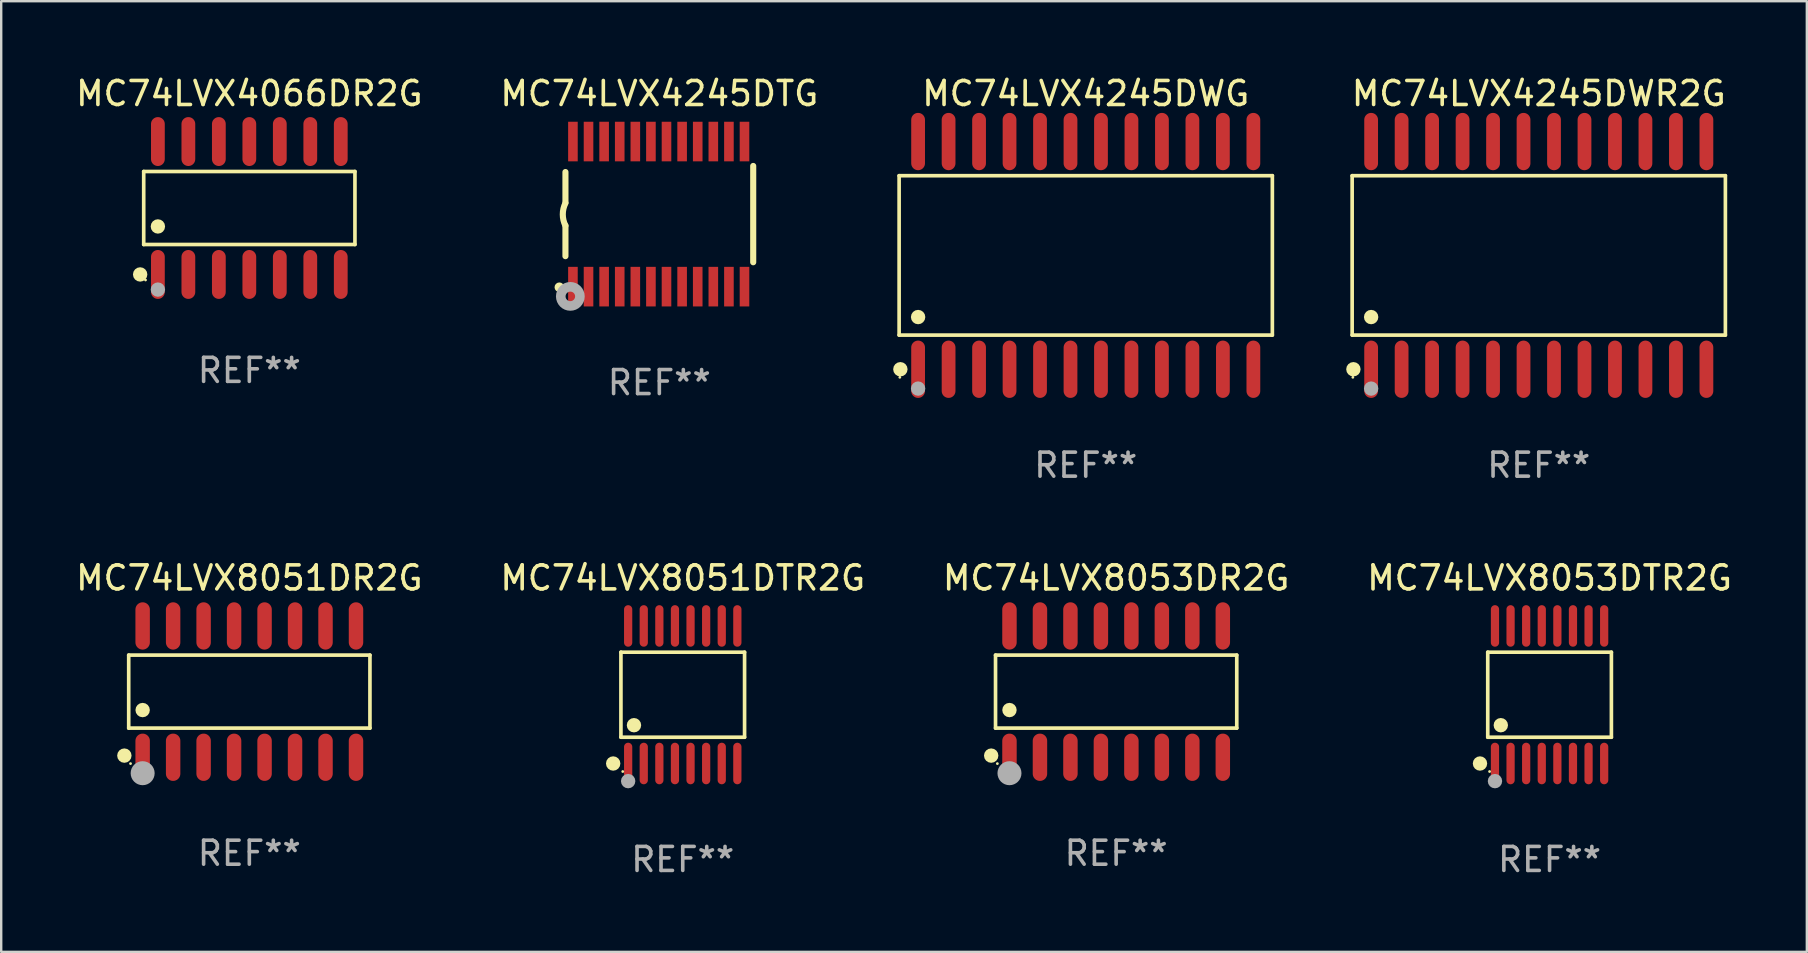
<source format=kicad_pcb>
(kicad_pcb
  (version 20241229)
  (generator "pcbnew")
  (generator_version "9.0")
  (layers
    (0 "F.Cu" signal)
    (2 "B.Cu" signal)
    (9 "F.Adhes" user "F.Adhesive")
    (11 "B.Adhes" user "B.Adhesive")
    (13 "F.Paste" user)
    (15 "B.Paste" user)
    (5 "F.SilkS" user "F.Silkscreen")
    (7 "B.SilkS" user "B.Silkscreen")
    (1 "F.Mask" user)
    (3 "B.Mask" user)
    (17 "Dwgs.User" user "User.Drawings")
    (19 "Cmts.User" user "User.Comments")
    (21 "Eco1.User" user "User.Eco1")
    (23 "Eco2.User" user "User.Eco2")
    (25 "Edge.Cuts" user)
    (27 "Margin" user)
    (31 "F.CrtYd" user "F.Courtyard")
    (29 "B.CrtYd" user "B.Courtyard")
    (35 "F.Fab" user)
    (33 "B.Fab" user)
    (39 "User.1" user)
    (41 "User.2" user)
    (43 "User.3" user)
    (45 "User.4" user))
  (footprint "MC74LVX4066DR2G"
    (layer "F.Cu")
    (at 7.339 5.617)
    (property "Reference" "MC74LVX4066DR2G" (at 0 -4.769 0) (layer "F.SilkS") (effects (font (size 1 1) (thickness 0.15))))
    (attr through_hole)
    (fp_line (start -4.401 -1.521) (end 4.401 -1.521) (stroke (width 0.152) (type solid)) (layer "F.SilkS"))
    (fp_line (start -4.401 1.521) (end -4.401 -1.521) (stroke (width 0.152) (type solid)) (layer "F.SilkS"))
    (fp_line (start 4.401 -1.521) (end 4.401 1.521) (stroke (width 0.152) (type solid)) (layer "F.SilkS"))
    (fp_line (start 4.401 1.521) (end -4.401 1.521) (stroke (width 0.152) (type solid)) (layer "F.SilkS"))
    (fp_circle (center -4.549 2.769) (end -4.399 2.769) (stroke (width 0.3) (type solid)) (fill no) (layer "F.SilkS"))
    (fp_circle (center -4.325 3) (end -4.295 3) (stroke (width 0.06) (type solid)) (fill no) (layer "F.SilkS"))
    (fp_circle (center -3.81 0.769) (end -3.66 0.769) (stroke (width 0.3) (type solid)) (fill no) (layer "F.SilkS"))
    (fp_circle (center -3.81 3.4) (end -3.66 3.4) (stroke (width 0.3) (type solid)) (fill no) (layer "F.Fab"))
    (fp_text user "REF**" (at 0 6.769 0) (layer "F.Fab") (effects (font (size 1 1) (thickness 0.15))))
    (pad "1" smd oval (at -3.81 2.769) (size 0.574 2.038) (layers "F.Cu" "F.Mask" "F.Paste"))
    (pad "2" smd oval (at -2.54 2.769) (size 0.574 2.038) (layers "F.Cu" "F.Mask" "F.Paste"))
    (pad "3" smd oval (at -1.27 2.769) (size 0.574 2.038) (layers "F.Cu" "F.Mask" "F.Paste"))
    (pad "4" smd oval (at 0 2.769) (size 0.574 2.038) (layers "F.Cu" "F.Mask" "F.Paste"))
    (pad "5" smd oval (at 1.27 2.769) (size 0.574 2.038) (layers "F.Cu" "F.Mask" "F.Paste"))
    (pad "6" smd oval (at 2.54 2.769) (size 0.574 2.038) (layers "F.Cu" "F.Mask" "F.Paste"))
    (pad "7" smd oval (at 3.81 2.769) (size 0.574 2.038) (layers "F.Cu" "F.Mask" "F.Paste"))
    (pad "8" smd oval (at 3.81 -2.769) (size 0.574 2.038) (layers "F.Cu" "F.Mask" "F.Paste"))
    (pad "9" smd oval (at 2.54 -2.769) (size 0.574 2.038) (layers "F.Cu" "F.Mask" "F.Paste"))
    (pad "10" smd oval (at 1.27 -2.769) (size 0.574 2.038) (layers "F.Cu" "F.Mask" "F.Paste"))
    (pad "11" smd oval (at 0 -2.769) (size 0.574 2.038) (layers "F.Cu" "F.Mask" "F.Paste"))
    (pad "12" smd oval (at -1.27 -2.769) (size 0.574 2.038) (layers "F.Cu" "F.Mask" "F.Paste"))
    (pad "13" smd oval (at -2.54 -2.769) (size 0.574 2.038) (layers "F.Cu" "F.Mask" "F.Paste"))
    (pad "14" smd oval (at -3.81 -2.769) (size 0.574 2.038) (layers "F.Cu" "F.Mask" "F.Paste")))
  (footprint "MC74LVX8051DTR2G"
    (layer "F.Cu")
    (at 25.399 25.898)
    (property "Reference" "MC74LVX8051DTR2G" (at 0 -4.866 0) (layer "F.SilkS") (effects (font (size 1 1) (thickness 0.15))))
    (attr through_hole)
    (fp_line (start -2.576 -1.772) (end 2.576 -1.772) (stroke (width 0.152) (type solid)) (layer "F.SilkS"))
    (fp_line (start -2.576 1.771) (end -2.576 -1.772) (stroke (width 0.152) (type solid)) (layer "F.SilkS"))
    (fp_line (start 2.576 -1.772) (end 2.576 1.771) (stroke (width 0.152) (type solid)) (layer "F.SilkS"))
    (fp_line (start 2.576 1.771) (end -2.576 1.771) (stroke (width 0.152) (type solid)) (layer "F.SilkS"))
    (fp_circle (center -2.899 2.866) (end -2.749 2.866) (stroke (width 0.3) (type solid)) (fill no) (layer "F.SilkS"))
    (fp_circle (center -2.5 3.2) (end -2.47 3.2) (stroke (width 0.06) (type solid)) (fill no) (layer "F.SilkS"))
    (fp_circle (center -2.032 1.27) (end -1.882 1.27) (stroke (width 0.3) (type solid)) (fill no) (layer "F.SilkS"))
    (fp_circle (center -2.275 3.6) (end -2.125 3.6) (stroke (width 0.3) (type solid)) (fill no) (layer "F.Fab"))
    (fp_text user "REF**" (at 0 6.866 0) (layer "F.Fab") (effects (font (size 1 1) (thickness 0.15))))
    (pad "1" smd oval (at -2.275 2.866) (size 0.343 1.731) (layers "F.Cu" "F.Mask" "F.Paste"))
    (pad "2" smd oval (at -1.625 2.866) (size 0.343 1.731) (layers "F.Cu" "F.Mask" "F.Paste"))
    (pad "3" smd oval (at -0.975 2.866) (size 0.343 1.731) (layers "F.Cu" "F.Mask" "F.Paste"))
    (pad "4" smd oval (at -0.325 2.866) (size 0.343 1.731) (layers "F.Cu" "F.Mask" "F.Paste"))
    (pad "5" smd oval (at 0.325 2.866) (size 0.343 1.731) (layers "F.Cu" "F.Mask" "F.Paste"))
    (pad "6" smd oval (at 0.975 2.866) (size 0.343 1.731) (layers "F.Cu" "F.Mask" "F.Paste"))
    (pad "7" smd oval (at 1.625 2.866) (size 0.343 1.731) (layers "F.Cu" "F.Mask" "F.Paste"))
    (pad "8" smd oval (at 2.275 2.866) (size 0.343 1.731) (layers "F.Cu" "F.Mask" "F.Paste"))
    (pad "9" smd oval (at 2.275 -2.866) (size 0.343 1.731) (layers "F.Cu" "F.Mask" "F.Paste"))
    (pad "10" smd oval (at 1.625 -2.866) (size 0.343 1.731) (layers "F.Cu" "F.Mask" "F.Paste"))
    (pad "11" smd oval (at 0.975 -2.866) (size 0.343 1.731) (layers "F.Cu" "F.Mask" "F.Paste"))
    (pad "12" smd oval (at 0.325 -2.866) (size 0.343 1.731) (layers "F.Cu" "F.Mask" "F.Paste"))
    (pad "13" smd oval (at -0.325 -2.866) (size 0.343 1.731) (layers "F.Cu" "F.Mask" "F.Paste"))
    (pad "14" smd oval (at -0.975 -2.866) (size 0.343 1.731) (layers "F.Cu" "F.Mask" "F.Paste"))
    (pad "15" smd oval (at -1.625 -2.866) (size 0.343 1.731) (layers "F.Cu" "F.Mask" "F.Paste"))
    (pad "16" smd oval (at -2.275 -2.866) (size 0.343 1.731) (layers "F.Cu" "F.Mask" "F.Paste")))
  (footprint "MC74LVX4245DTG"
    (layer "F.Cu")
    (at 24.423 5.871)
    (property "Reference" "MC74LVX4245DTG" (at 0 -5.023 0) (layer "F.SilkS") (effects (font (size 1 1) (thickness 0.15))))
    (attr through_hole)
    (fp_line (start -3.912 -0.483) (end -3.912 -1.753) (stroke (width 0.254) (type solid)) (layer "F.SilkS"))
    (fp_line (start -3.912 1.753) (end -3.912 0.483) (stroke (width 0.254) (type solid)) (layer "F.SilkS"))
    (fp_line (start 3.912 -2.007) (end 3.912 2.007) (stroke (width 0.254) (type solid)) (layer "F.SilkS"))
    (fp_arc (start -3.911608 0.482601) (mid -4.022537 0.0127) (end -3.911608 -0.457201) (stroke (width 0.254001) (type solid)) (layer "F.SilkS"))
    (fp_circle (center -4.166 3.048) (end -4.066 3.048) (stroke (width 0.2) (type solid)) (fill no) (layer "F.SilkS"))
    (fp_circle (center -3.925 3.186) (end -3.895 3.186) (stroke (width 0.06) (type solid)) (fill no) (layer "F.SilkS"))
    (fp_circle (center -3.708 3.429) (end -3.509 3.429) (stroke (width 0.4) (type solid)) (fill no) (layer "F.Fab"))
    (fp_text user "REF**" (at 0 7.023 0) (layer "F.Fab") (effects (font (size 1 1) (thickness 0.15))))
    (pad "1" smd rect (at -3.6 3.023) (size 0.4 1.65) (layers "F.Cu" "F.Mask" "F.Paste"))
    (pad "2" smd rect (at -2.95 3.023) (size 0.4 1.65) (layers "F.Cu" "F.Mask" "F.Paste"))
    (pad "3" smd rect (at -2.3 3.023) (size 0.4 1.65) (layers "F.Cu" "F.Mask" "F.Paste"))
    (pad "4" smd rect (at -1.65 3.023) (size 0.4 1.65) (layers "F.Cu" "F.Mask" "F.Paste"))
    (pad "5" smd rect (at -1 3.023) (size 0.4 1.65) (layers "F.Cu" "F.Mask" "F.Paste"))
    (pad "6" smd rect (at -0.35 3.023) (size 0.4 1.65) (layers "F.Cu" "F.Mask" "F.Paste"))
    (pad "7" smd rect (at 0.299 3.023) (size 0.4 1.65) (layers "F.Cu" "F.Mask" "F.Paste"))
    (pad "8" smd rect (at 0.95 3.023) (size 0.4 1.65) (layers "F.Cu" "F.Mask" "F.Paste"))
    (pad "9" smd rect (at 1.6 3.023) (size 0.4 1.65) (layers "F.Cu" "F.Mask" "F.Paste"))
    (pad "10" smd rect (at 2.25 3.023) (size 0.4 1.65) (layers "F.Cu" "F.Mask" "F.Paste"))
    (pad "11" smd rect (at 2.9 3.023) (size 0.4 1.65) (layers "F.Cu" "F.Mask" "F.Paste"))
    (pad "12" smd rect (at 3.549 3.023) (size 0.4 1.65) (layers "F.Cu" "F.Mask" "F.Paste"))
    (pad "13" smd rect (at 3.549 -3.023) (size 0.4 1.65) (layers "F.Cu" "F.Mask" "F.Paste"))
    (pad "14" smd rect (at 2.9 -3.023) (size 0.4 1.65) (layers "F.Cu" "F.Mask" "F.Paste"))
    (pad "15" smd rect (at 2.25 -3.023) (size 0.4 1.65) (layers "F.Cu" "F.Mask" "F.Paste"))
    (pad "16" smd rect (at 1.6 -3.023) (size 0.4 1.65) (layers "F.Cu" "F.Mask" "F.Paste"))
    (pad "17" smd rect (at 0.95 -3.023) (size 0.4 1.65) (layers "F.Cu" "F.Mask" "F.Paste"))
    (pad "18" smd rect (at 0.299 -3.023) (size 0.4 1.65) (layers "F.Cu" "F.Mask" "F.Paste"))
    (pad "19" smd rect (at -0.35 -3.023) (size 0.4 1.65) (layers "F.Cu" "F.Mask" "F.Paste"))
    (pad "20" smd rect (at -1 -3.023) (size 0.4 1.65) (layers "F.Cu" "F.Mask" "F.Paste"))
    (pad "21" smd rect (at -1.65 -3.023) (size 0.4 1.65) (layers "F.Cu" "F.Mask" "F.Paste"))
    (pad "22" smd rect (at -2.3 -3.023) (size 0.4 1.65) (layers "F.Cu" "F.Mask" "F.Paste"))
    (pad "23" smd rect (at -2.95 -3.023) (size 0.4 1.65) (layers "F.Cu" "F.Mask" "F.Paste"))
    (pad "24" smd rect (at -3.6 -3.023) (size 0.4 1.65) (layers "F.Cu" "F.Mask" "F.Paste")))
  (footprint "MC74LVX8051DR2G"
    (layer "F.Cu")
    (at 7.339 25.768)
    (property "Reference" "MC74LVX8051DR2G" (at 0 -4.736 0) (layer "F.SilkS") (effects (font (size 1 1) (thickness 0.15))))
    (attr through_hole)
    (fp_line (start -5.026 -1.521) (end 5.026 -1.521) (stroke (width 0.152) (type solid)) (layer "F.SilkS"))
    (fp_line (start -5.026 1.521) (end -5.026 -1.521) (stroke (width 0.152) (type solid)) (layer "F.SilkS"))
    (fp_line (start 5.026 -1.521) (end 5.026 1.521) (stroke (width 0.152) (type solid)) (layer "F.SilkS"))
    (fp_line (start 5.026 1.521) (end -5.026 1.521) (stroke (width 0.152) (type solid)) (layer "F.SilkS"))
    (fp_circle (center -5.207 2.667) (end -5.057 2.667) (stroke (width 0.3) (type solid)) (fill no) (layer "F.SilkS"))
    (fp_circle (center -4.95 3) (end -4.92 3) (stroke (width 0.06) (type solid)) (fill no) (layer "F.SilkS"))
    (fp_circle (center -4.445 0.769) (end -4.295 0.769) (stroke (width 0.3) (type solid)) (fill no) (layer "F.SilkS"))
    (fp_circle (center -4.445 3.4) (end -4.195 3.4) (stroke (width 0.5) (type solid)) (fill no) (layer "F.Fab"))
    (fp_text user "REF**" (at 0 6.736 0) (layer "F.Fab") (effects (font (size 1 1) (thickness 0.15))))
    (pad "1" smd oval (at -4.445 2.736) (size 0.602 1.971) (layers "F.Cu" "F.Mask" "F.Paste"))
    (pad "2" smd oval (at -3.175 2.736) (size 0.602 1.971) (layers "F.Cu" "F.Mask" "F.Paste"))
    (pad "3" smd oval (at -1.905 2.736) (size 0.602 1.971) (layers "F.Cu" "F.Mask" "F.Paste"))
    (pad "4" smd oval (at -0.635 2.736) (size 0.602 1.971) (layers "F.Cu" "F.Mask" "F.Paste"))
    (pad "5" smd oval (at 0.635 2.736) (size 0.602 1.971) (layers "F.Cu" "F.Mask" "F.Paste"))
    (pad "6" smd oval (at 1.905 2.736) (size 0.602 1.971) (layers "F.Cu" "F.Mask" "F.Paste"))
    (pad "7" smd oval (at 3.175 2.736) (size 0.602 1.971) (layers "F.Cu" "F.Mask" "F.Paste"))
    (pad "8" smd oval (at 4.445 2.736) (size 0.602 1.971) (layers "F.Cu" "F.Mask" "F.Paste"))
    (pad "9" smd oval (at 4.445 -2.736) (size 0.602 1.971) (layers "F.Cu" "F.Mask" "F.Paste"))
    (pad "10" smd oval (at 3.175 -2.736) (size 0.602 1.971) (layers "F.Cu" "F.Mask" "F.Paste"))
    (pad "11" smd oval (at 1.905 -2.736) (size 0.602 1.971) (layers "F.Cu" "F.Mask" "F.Paste"))
    (pad "12" smd oval (at 0.635 -2.736) (size 0.602 1.971) (layers "F.Cu" "F.Mask" "F.Paste"))
    (pad "13" smd oval (at -0.635 -2.736) (size 0.602 1.971) (layers "F.Cu" "F.Mask" "F.Paste"))
    (pad "14" smd oval (at -1.905 -2.736) (size 0.602 1.971) (layers "F.Cu" "F.Mask" "F.Paste"))
    (pad "15" smd oval (at -3.175 -2.736) (size 0.602 1.971) (layers "F.Cu" "F.Mask" "F.Paste"))
    (pad "16" smd oval (at -4.445 -2.736) (size 0.602 1.971) (layers "F.Cu" "F.Mask" "F.Paste")))
  (footprint "MC74LVX8053DR2G"
    (layer "F.Cu")
    (at 43.458 25.768)
    (property "Reference" "MC74LVX8053DR2G" (at 0 -4.736 0) (layer "F.SilkS") (effects (font (size 1 1) (thickness 0.15))))
    (attr through_hole)
    (fp_line (start -5.026 -1.521) (end 5.026 -1.521) (stroke (width 0.152) (type solid)) (layer "F.SilkS"))
    (fp_line (start -5.026 1.521) (end -5.026 -1.521) (stroke (width 0.152) (type solid)) (layer "F.SilkS"))
    (fp_line (start 5.026 -1.521) (end 5.026 1.521) (stroke (width 0.152) (type solid)) (layer "F.SilkS"))
    (fp_line (start 5.026 1.521) (end -5.026 1.521) (stroke (width 0.152) (type solid)) (layer "F.SilkS"))
    (fp_circle (center -5.207 2.667) (end -5.057 2.667) (stroke (width 0.3) (type solid)) (fill no) (layer "F.SilkS"))
    (fp_circle (center -4.95 3) (end -4.92 3) (stroke (width 0.06) (type solid)) (fill no) (layer "F.SilkS"))
    (fp_circle (center -4.445 0.769) (end -4.295 0.769) (stroke (width 0.3) (type solid)) (fill no) (layer "F.SilkS"))
    (fp_circle (center -4.445 3.4) (end -4.195 3.4) (stroke (width 0.5) (type solid)) (fill no) (layer "F.Fab"))
    (fp_text user "REF**" (at 0 6.736 0) (layer "F.Fab") (effects (font (size 1 1) (thickness 0.15))))
    (pad "1" smd oval (at -4.445 2.736) (size 0.602 1.971) (layers "F.Cu" "F.Mask" "F.Paste"))
    (pad "2" smd oval (at -3.175 2.736) (size 0.602 1.971) (layers "F.Cu" "F.Mask" "F.Paste"))
    (pad "3" smd oval (at -1.905 2.736) (size 0.602 1.971) (layers "F.Cu" "F.Mask" "F.Paste"))
    (pad "4" smd oval (at -0.635 2.736) (size 0.602 1.971) (layers "F.Cu" "F.Mask" "F.Paste"))
    (pad "5" smd oval (at 0.635 2.736) (size 0.602 1.971) (layers "F.Cu" "F.Mask" "F.Paste"))
    (pad "6" smd oval (at 1.905 2.736) (size 0.602 1.971) (layers "F.Cu" "F.Mask" "F.Paste"))
    (pad "7" smd oval (at 3.175 2.736) (size 0.602 1.971) (layers "F.Cu" "F.Mask" "F.Paste"))
    (pad "8" smd oval (at 4.445 2.736) (size 0.602 1.971) (layers "F.Cu" "F.Mask" "F.Paste"))
    (pad "9" smd oval (at 4.445 -2.736) (size 0.602 1.971) (layers "F.Cu" "F.Mask" "F.Paste"))
    (pad "10" smd oval (at 3.175 -2.736) (size 0.602 1.971) (layers "F.Cu" "F.Mask" "F.Paste"))
    (pad "11" smd oval (at 1.905 -2.736) (size 0.602 1.971) (layers "F.Cu" "F.Mask" "F.Paste"))
    (pad "12" smd oval (at 0.635 -2.736) (size 0.602 1.971) (layers "F.Cu" "F.Mask" "F.Paste"))
    (pad "13" smd oval (at -0.635 -2.736) (size 0.602 1.971) (layers "F.Cu" "F.Mask" "F.Paste"))
    (pad "14" smd oval (at -1.905 -2.736) (size 0.602 1.971) (layers "F.Cu" "F.Mask" "F.Paste"))
    (pad "15" smd oval (at -3.175 -2.736) (size 0.602 1.971) (layers "F.Cu" "F.Mask" "F.Paste"))
    (pad "16" smd oval (at -4.445 -2.736) (size 0.602 1.971) (layers "F.Cu" "F.Mask" "F.Paste")))
  (footprint "MC74LVX4245DWG"
    (layer "F.Cu")
    (at 42.191 7.592)
    (property "Reference" "MC74LVX4245DWG" (at 0 -6.744 0) (layer "F.SilkS") (effects (font (size 1 1) (thickness 0.15))))
    (attr through_hole)
    (fp_line (start -7.776 -3.321) (end 7.776 -3.321) (stroke (width 0.152) (type solid)) (layer "F.SilkS"))
    (fp_line (start -7.776 3.321) (end -7.776 -3.321) (stroke (width 0.152) (type solid)) (layer "F.SilkS"))
    (fp_line (start 7.776 -3.321) (end 7.776 3.321) (stroke (width 0.152) (type solid)) (layer "F.SilkS"))
    (fp_line (start 7.776 3.321) (end -7.776 3.321) (stroke (width 0.152) (type solid)) (layer "F.SilkS"))
    (fp_circle (center -7.747 5.08) (end -7.717 5.08) (stroke (width 0.06) (type solid)) (fill no) (layer "F.SilkS"))
    (fp_circle (center -7.724 4.744) (end -7.574 4.744) (stroke (width 0.3) (type solid)) (fill no) (layer "F.SilkS"))
    (fp_circle (center -6.985 2.569) (end -6.835 2.569) (stroke (width 0.3) (type solid)) (fill no) (layer "F.SilkS"))
    (fp_circle (center -6.985 5.55) (end -6.835 5.55) (stroke (width 0.3) (type solid)) (fill no) (layer "F.Fab"))
    (fp_text user "REF**" (at 0 8.744 0) (layer "F.Fab") (effects (font (size 1 1) (thickness 0.15))))
    (pad "1" smd oval (at -6.985 4.744) (size 0.574 2.388) (layers "F.Cu" "F.Mask" "F.Paste"))
    (pad "2" smd oval (at -5.715 4.744) (size 0.574 2.388) (layers "F.Cu" "F.Mask" "F.Paste"))
    (pad "3" smd oval (at -4.445 4.744) (size 0.574 2.388) (layers "F.Cu" "F.Mask" "F.Paste"))
    (pad "4" smd oval (at -3.175 4.744) (size 0.574 2.388) (layers "F.Cu" "F.Mask" "F.Paste"))
    (pad "5" smd oval (at -1.905 4.744) (size 0.574 2.388) (layers "F.Cu" "F.Mask" "F.Paste"))
    (pad "6" smd oval (at -0.635 4.744) (size 0.574 2.388) (layers "F.Cu" "F.Mask" "F.Paste"))
    (pad "7" smd oval (at 0.635 4.744) (size 0.574 2.388) (layers "F.Cu" "F.Mask" "F.Paste"))
    (pad "8" smd oval (at 1.905 4.744) (size 0.574 2.388) (layers "F.Cu" "F.Mask" "F.Paste"))
    (pad "9" smd oval (at 3.175 4.744) (size 0.574 2.388) (layers "F.Cu" "F.Mask" "F.Paste"))
    (pad "10" smd oval (at 4.445 4.744) (size 0.574 2.388) (layers "F.Cu" "F.Mask" "F.Paste"))
    (pad "11" smd oval (at 5.715 4.744) (size 0.574 2.388) (layers "F.Cu" "F.Mask" "F.Paste"))
    (pad "12" smd oval (at 6.985 4.744) (size 0.574 2.388) (layers "F.Cu" "F.Mask" "F.Paste"))
    (pad "13" smd oval (at 6.985 -4.744) (size 0.574 2.388) (layers "F.Cu" "F.Mask" "F.Paste"))
    (pad "14" smd oval (at 5.715 -4.744) (size 0.574 2.388) (layers "F.Cu" "F.Mask" "F.Paste"))
    (pad "15" smd oval (at 4.445 -4.744) (size 0.574 2.388) (layers "F.Cu" "F.Mask" "F.Paste"))
    (pad "16" smd oval (at 3.175 -4.744) (size 0.574 2.388) (layers "F.Cu" "F.Mask" "F.Paste"))
    (pad "17" smd oval (at 1.905 -4.744) (size 0.574 2.388) (layers "F.Cu" "F.Mask" "F.Paste"))
    (pad "18" smd oval (at 0.635 -4.744) (size 0.574 2.388) (layers "F.Cu" "F.Mask" "F.Paste"))
    (pad "19" smd oval (at -0.635 -4.744) (size 0.574 2.388) (layers "F.Cu" "F.Mask" "F.Paste"))
    (pad "20" smd oval (at -1.905 -4.744) (size 0.574 2.388) (layers "F.Cu" "F.Mask" "F.Paste"))
    (pad "21" smd oval (at -3.175 -4.744) (size 0.574 2.388) (layers "F.Cu" "F.Mask" "F.Paste"))
    (pad "22" smd oval (at -4.445 -4.744) (size 0.574 2.388) (layers "F.Cu" "F.Mask" "F.Paste"))
    (pad "23" smd oval (at -5.715 -4.744) (size 0.574 2.388) (layers "F.Cu" "F.Mask" "F.Paste"))
    (pad "24" smd oval (at -6.985 -4.744) (size 0.574 2.388) (layers "F.Cu" "F.Mask" "F.Paste")))
  (footprint "MC74LVX4245DWR2G"
    (layer "F.Cu")
    (at 61.068 7.592)
    (property "Reference" "MC74LVX4245DWR2G" (at 0 -6.744 0) (layer "F.SilkS") (effects (font (size 1 1) (thickness 0.15))))
    (attr through_hole)
    (fp_line (start -7.776 -3.321) (end 7.776 -3.321) (stroke (width 0.152) (type solid)) (layer "F.SilkS"))
    (fp_line (start -7.776 3.321) (end -7.776 -3.321) (stroke (width 0.152) (type solid)) (layer "F.SilkS"))
    (fp_line (start 7.776 -3.321) (end 7.776 3.321) (stroke (width 0.152) (type solid)) (layer "F.SilkS"))
    (fp_line (start 7.776 3.321) (end -7.776 3.321) (stroke (width 0.152) (type solid)) (layer "F.SilkS"))
    (fp_circle (center -7.747 5.08) (end -7.717 5.08) (stroke (width 0.06) (type solid)) (fill no) (layer "F.SilkS"))
    (fp_circle (center -7.724 4.744) (end -7.574 4.744) (stroke (width 0.3) (type solid)) (fill no) (layer "F.SilkS"))
    (fp_circle (center -6.985 2.569) (end -6.835 2.569) (stroke (width 0.3) (type solid)) (fill no) (layer "F.SilkS"))
    (fp_circle (center -6.985 5.55) (end -6.835 5.55) (stroke (width 0.3) (type solid)) (fill no) (layer "F.Fab"))
    (fp_text user "REF**" (at 0 8.744 0) (layer "F.Fab") (effects (font (size 1 1) (thickness 0.15))))
    (pad "1" smd oval (at -6.985 4.744) (size 0.574 2.388) (layers "F.Cu" "F.Mask" "F.Paste"))
    (pad "2" smd oval (at -5.715 4.744) (size 0.574 2.388) (layers "F.Cu" "F.Mask" "F.Paste"))
    (pad "3" smd oval (at -4.445 4.744) (size 0.574 2.388) (layers "F.Cu" "F.Mask" "F.Paste"))
    (pad "4" smd oval (at -3.175 4.744) (size 0.574 2.388) (layers "F.Cu" "F.Mask" "F.Paste"))
    (pad "5" smd oval (at -1.905 4.744) (size 0.574 2.388) (layers "F.Cu" "F.Mask" "F.Paste"))
    (pad "6" smd oval (at -0.635 4.744) (size 0.574 2.388) (layers "F.Cu" "F.Mask" "F.Paste"))
    (pad "7" smd oval (at 0.635 4.744) (size 0.574 2.388) (layers "F.Cu" "F.Mask" "F.Paste"))
    (pad "8" smd oval (at 1.905 4.744) (size 0.574 2.388) (layers "F.Cu" "F.Mask" "F.Paste"))
    (pad "9" smd oval (at 3.175 4.744) (size 0.574 2.388) (layers "F.Cu" "F.Mask" "F.Paste"))
    (pad "10" smd oval (at 4.445 4.744) (size 0.574 2.388) (layers "F.Cu" "F.Mask" "F.Paste"))
    (pad "11" smd oval (at 5.715 4.744) (size 0.574 2.388) (layers "F.Cu" "F.Mask" "F.Paste"))
    (pad "12" smd oval (at 6.985 4.744) (size 0.574 2.388) (layers "F.Cu" "F.Mask" "F.Paste"))
    (pad "13" smd oval (at 6.985 -4.744) (size 0.574 2.388) (layers "F.Cu" "F.Mask" "F.Paste"))
    (pad "14" smd oval (at 5.715 -4.744) (size 0.574 2.388) (layers "F.Cu" "F.Mask" "F.Paste"))
    (pad "15" smd oval (at 4.445 -4.744) (size 0.574 2.388) (layers "F.Cu" "F.Mask" "F.Paste"))
    (pad "16" smd oval (at 3.175 -4.744) (size 0.574 2.388) (layers "F.Cu" "F.Mask" "F.Paste"))
    (pad "17" smd oval (at 1.905 -4.744) (size 0.574 2.388) (layers "F.Cu" "F.Mask" "F.Paste"))
    (pad "18" smd oval (at 0.635 -4.744) (size 0.574 2.388) (layers "F.Cu" "F.Mask" "F.Paste"))
    (pad "19" smd oval (at -0.635 -4.744) (size 0.574 2.388) (layers "F.Cu" "F.Mask" "F.Paste"))
    (pad "20" smd oval (at -1.905 -4.744) (size 0.574 2.388) (layers "F.Cu" "F.Mask" "F.Paste"))
    (pad "21" smd oval (at -3.175 -4.744) (size 0.574 2.388) (layers "F.Cu" "F.Mask" "F.Paste"))
    (pad "22" smd oval (at -4.445 -4.744) (size 0.574 2.388) (layers "F.Cu" "F.Mask" "F.Paste"))
    (pad "23" smd oval (at -5.715 -4.744) (size 0.574 2.388) (layers "F.Cu" "F.Mask" "F.Paste"))
    (pad "24" smd oval (at -6.985 -4.744) (size 0.574 2.388) (layers "F.Cu" "F.Mask" "F.Paste")))
  (footprint "MC74LVX8053DTR2G"
    (layer "F.Cu")
    (at 61.518 25.898)
    (property "Reference" "MC74LVX8053DTR2G" (at 0 -4.866 0) (layer "F.SilkS") (effects (font (size 1 1) (thickness 0.15))))
    (attr through_hole)
    (fp_line (start -2.576 -1.772) (end 2.576 -1.772) (stroke (width 0.152) (type solid)) (layer "F.SilkS"))
    (fp_line (start -2.576 1.771) (end -2.576 -1.772) (stroke (width 0.152) (type solid)) (layer "F.SilkS"))
    (fp_line (start 2.576 -1.772) (end 2.576 1.771) (stroke (width 0.152) (type solid)) (layer "F.SilkS"))
    (fp_line (start 2.576 1.771) (end -2.576 1.771) (stroke (width 0.152) (type solid)) (layer "F.SilkS"))
    (fp_circle (center -2.899 2.866) (end -2.749 2.866) (stroke (width 0.3) (type solid)) (fill no) (layer "F.SilkS"))
    (fp_circle (center -2.5 3.2) (end -2.47 3.2) (stroke (width 0.06) (type solid)) (fill no) (layer "F.SilkS"))
    (fp_circle (center -2.032 1.27) (end -1.882 1.27) (stroke (width 0.3) (type solid)) (fill no) (layer "F.SilkS"))
    (fp_circle (center -2.275 3.6) (end -2.125 3.6) (stroke (width 0.3) (type solid)) (fill no) (layer "F.Fab"))
    (fp_text user "REF**" (at 0 6.866 0) (layer "F.Fab") (effects (font (size 1 1) (thickness 0.15))))
    (pad "1" smd oval (at -2.275 2.866) (size 0.343 1.731) (layers "F.Cu" "F.Mask" "F.Paste"))
    (pad "2" smd oval (at -1.625 2.866) (size 0.343 1.731) (layers "F.Cu" "F.Mask" "F.Paste"))
    (pad "3" smd oval (at -0.975 2.866) (size 0.343 1.731) (layers "F.Cu" "F.Mask" "F.Paste"))
    (pad "4" smd oval (at -0.325 2.866) (size 0.343 1.731) (layers "F.Cu" "F.Mask" "F.Paste"))
    (pad "5" smd oval (at 0.325 2.866) (size 0.343 1.731) (layers "F.Cu" "F.Mask" "F.Paste"))
    (pad "6" smd oval (at 0.975 2.866) (size 0.343 1.731) (layers "F.Cu" "F.Mask" "F.Paste"))
    (pad "7" smd oval (at 1.625 2.866) (size 0.343 1.731) (layers "F.Cu" "F.Mask" "F.Paste"))
    (pad "8" smd oval (at 2.275 2.866) (size 0.343 1.731) (layers "F.Cu" "F.Mask" "F.Paste"))
    (pad "9" smd oval (at 2.275 -2.866) (size 0.343 1.731) (layers "F.Cu" "F.Mask" "F.Paste"))
    (pad "10" smd oval (at 1.625 -2.866) (size 0.343 1.731) (layers "F.Cu" "F.Mask" "F.Paste"))
    (pad "11" smd oval (at 0.975 -2.866) (size 0.343 1.731) (layers "F.Cu" "F.Mask" "F.Paste"))
    (pad "12" smd oval (at 0.325 -2.866) (size 0.343 1.731) (layers "F.Cu" "F.Mask" "F.Paste"))
    (pad "13" smd oval (at -0.325 -2.866) (size 0.343 1.731) (layers "F.Cu" "F.Mask" "F.Paste"))
    (pad "14" smd oval (at -0.975 -2.866) (size 0.343 1.731) (layers "F.Cu" "F.Mask" "F.Paste"))
    (pad "15" smd oval (at -1.625 -2.866) (size 0.343 1.731) (layers "F.Cu" "F.Mask" "F.Paste"))
    (pad "16" smd oval (at -2.275 -2.866) (size 0.343 1.731) (layers "F.Cu" "F.Mask" "F.Paste")))
  (gr_rect
    (start -3 -3)
    (end 72.238 36.612)
    (stroke (width 0.1) (type default))
    (fill no)
    (layer "Edge.Cuts")))
</source>
